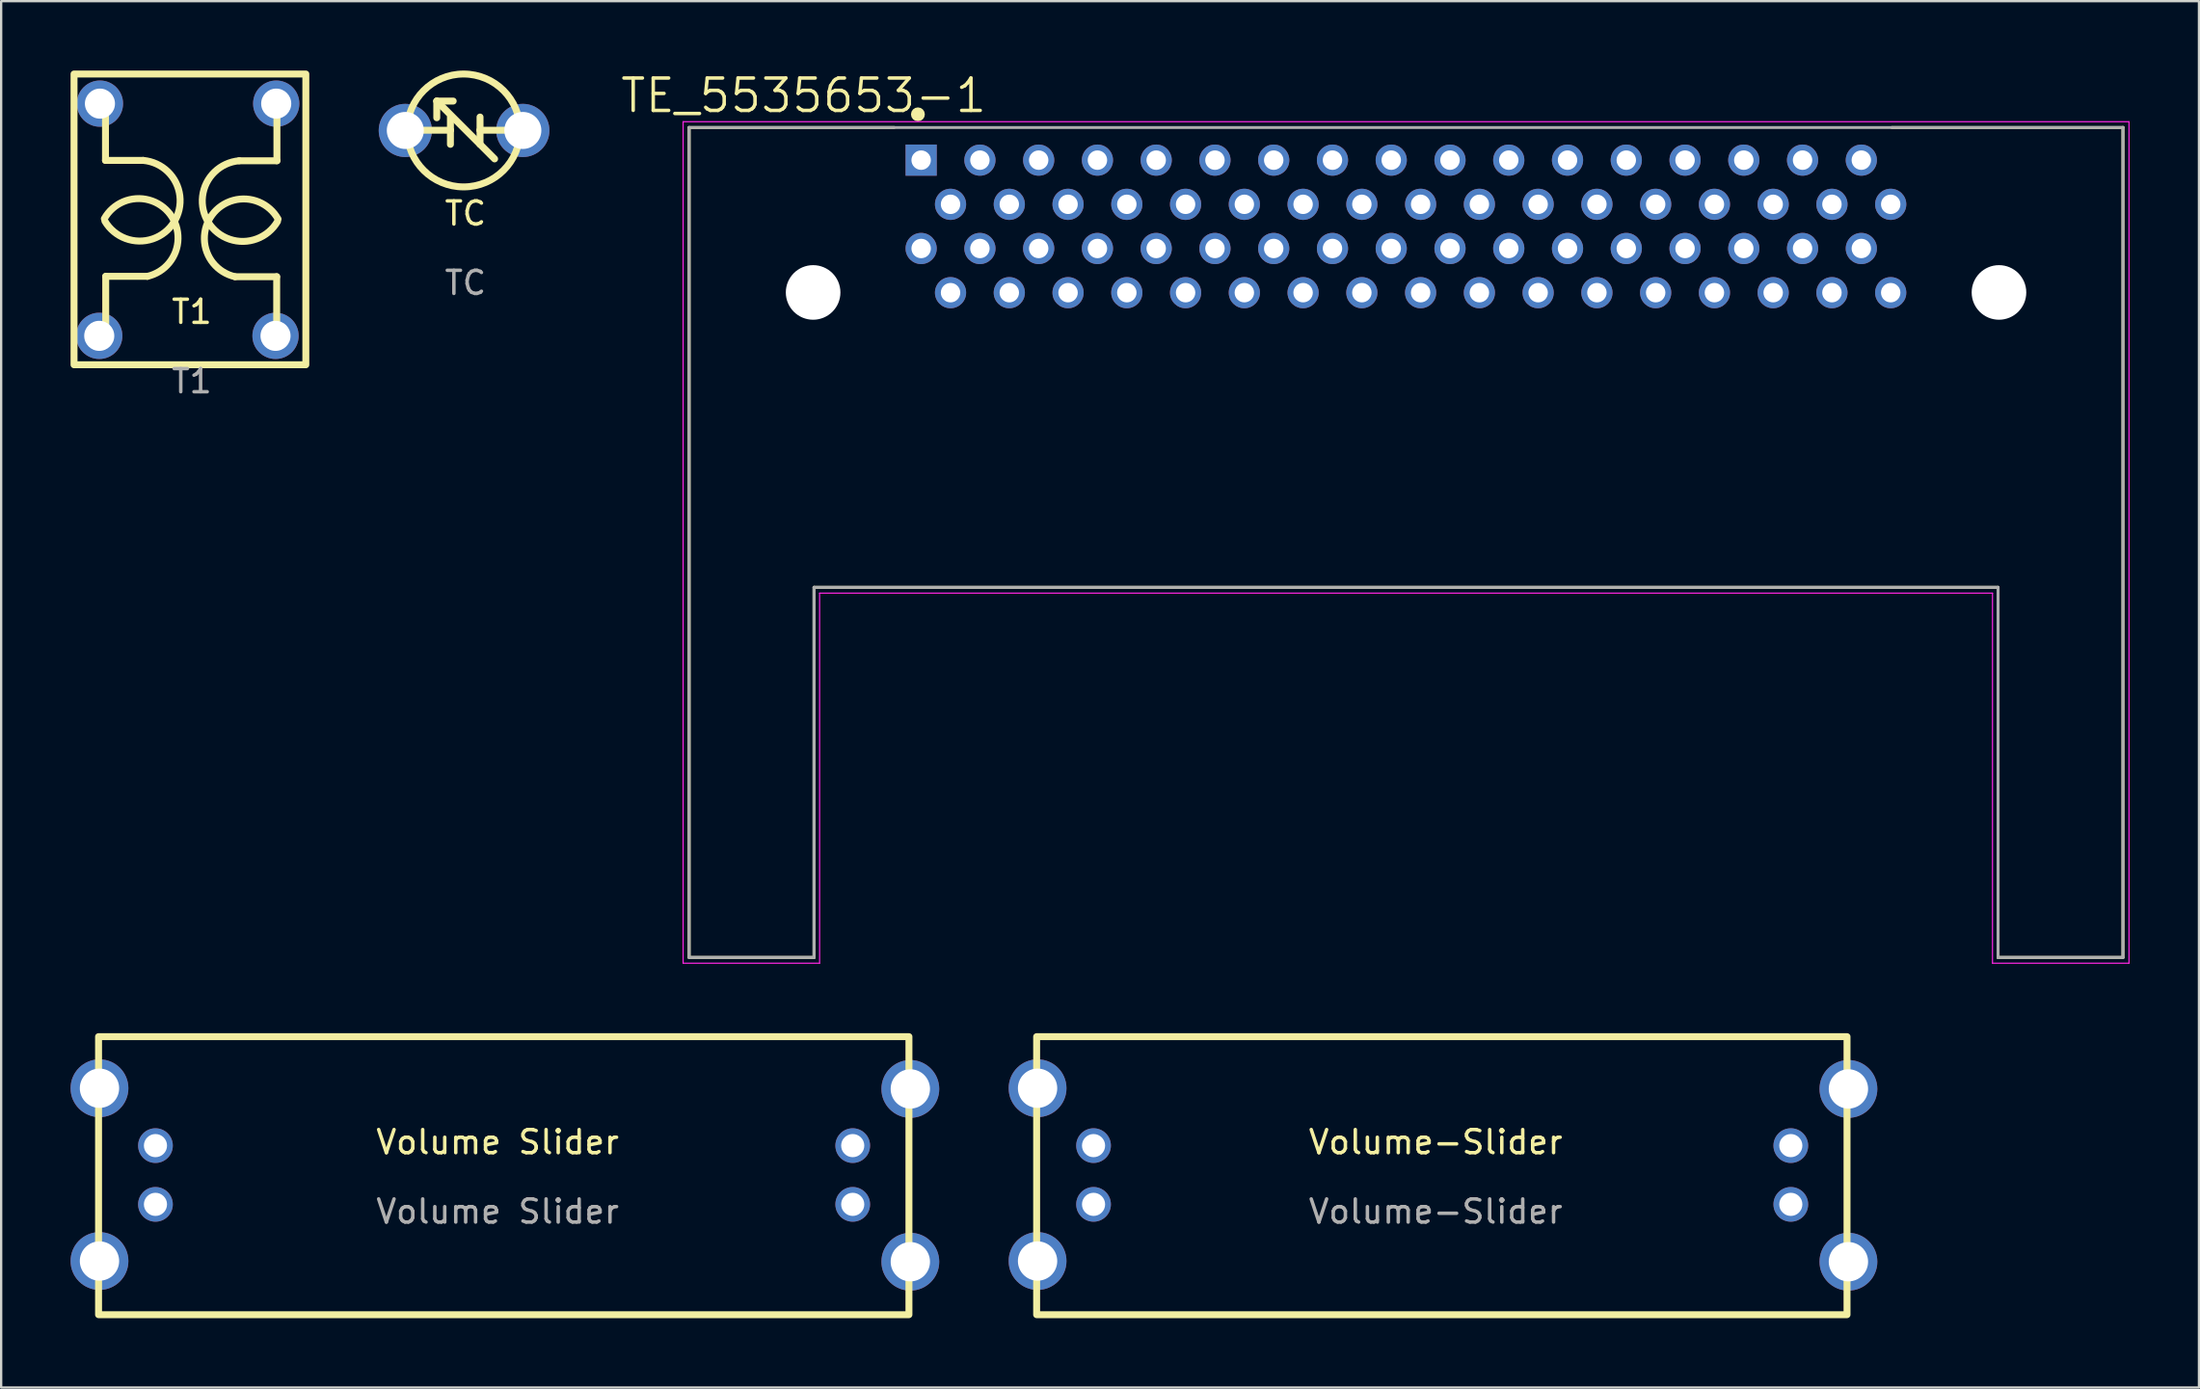
<source format=kicad_pcb>
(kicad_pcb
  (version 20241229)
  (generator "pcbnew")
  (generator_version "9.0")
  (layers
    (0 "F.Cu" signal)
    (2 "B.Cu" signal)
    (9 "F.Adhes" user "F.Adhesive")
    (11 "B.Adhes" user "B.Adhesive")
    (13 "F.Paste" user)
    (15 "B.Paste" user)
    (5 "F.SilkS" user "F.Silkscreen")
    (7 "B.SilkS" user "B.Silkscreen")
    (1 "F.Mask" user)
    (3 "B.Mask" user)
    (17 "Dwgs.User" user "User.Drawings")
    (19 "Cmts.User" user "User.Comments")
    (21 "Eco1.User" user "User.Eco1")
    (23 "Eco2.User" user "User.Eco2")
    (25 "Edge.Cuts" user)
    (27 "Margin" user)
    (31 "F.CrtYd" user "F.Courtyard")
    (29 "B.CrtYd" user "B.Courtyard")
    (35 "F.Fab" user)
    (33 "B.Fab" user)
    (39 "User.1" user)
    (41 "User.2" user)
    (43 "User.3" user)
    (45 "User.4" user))
  (footprint "T1"
    (layer "F.Cu")
    (at 5.24 10.93)
    (property "Reference" "T1" (at 0 -0.5 0) (unlocked yes) (layer "F.SilkS") (effects (font (size 1 1) (thickness 0.15))))
    (attr through_hole)
    (fp_line (start -3.73 -7.045) (end -3.73 -9.435) (stroke (width 0.3) (type default)) (layer "F.SilkS"))
    (fp_line (start -3.72 -2.033) (end -3.72 0.475) (stroke (width 0.3) (type default)) (layer "F.SilkS"))
    (fp_line (start -2.1 -7.045) (end -3.73 -7.045) (stroke (width 0.3) (type default)) (layer "F.SilkS"))
    (fp_line (start -1.919 -2.033) (end -3.72 -2.033) (stroke (width 0.3) (type default)) (layer "F.SilkS"))
    (fp_line (start 1.869 -2.018) (end 3.67 -2.018) (stroke (width 0.3) (type default)) (layer "F.SilkS"))
    (fp_line (start 2.05 -7.03) (end 3.68 -7.03) (stroke (width 0.3) (type default)) (layer "F.SilkS"))
    (fp_line (start 3.67 -2.018) (end 3.67 0.49) (stroke (width 0.3) (type default)) (layer "F.SilkS"))
    (fp_line (start 3.68 -7.03) (end 3.68 -9.42) (stroke (width 0.3) (type default)) (layer "F.SilkS"))
    (fp_rect (start -5.09 -10.78) (end 4.93 1.79) (stroke (width 0.3) (type default)) (fill no) (layer "F.SilkS"))
    (fp_arc (start -3.78 -4.525001) (mid -0.932321 -4.710767) (end -1.918612 -2.032893) (stroke (width 0.3) (type default)) (layer "F.SilkS"))
    (fp_arc (start -2.1 -7.045) (mid -0.772079 -4.37449) (end -3.754214 -4.417624) (stroke (width 0.3) (type default)) (layer "F.SilkS"))
    (fp_arc (start 1.868612 -2.017892) (mid 0.882322 -4.695766) (end 3.73 -4.51) (stroke (width 0.3) (type default)) (layer "F.SilkS"))
    (fp_arc (start 3.704214 -4.402623) (mid 0.722079 -4.359491) (end 2.05 -7.029999) (stroke (width 0.3) (type default)) (layer "F.SilkS"))
    (fp_text user "${REFERENCE}" (at 0 2.5 0) (unlocked yes) (layer "F.Fab") (effects (font (size 1 1) (thickness 0.15))))
    (pad "1" thru_hole circle (at 3.62 0.54) (size 2 2) (drill 1.3) (layers "*.Cu" "*.Mask"))
    (pad "2" thru_hole circle (at -4 0.54) (size 2 2) (drill 1.3) (layers "*.Cu" "*.Mask"))
    (pad "3" thru_hole circle (at 3.65 -9.5) (size 2 2) (drill 1.3) (layers "*.Cu" "*.Mask"))
    (pad "4" thru_hole circle (at -3.97 -9.5) (size 2 2) (drill 1.3) (layers "*.Cu" "*.Mask")))
  (footprint "TC"
    (layer "F.Cu")
    (at 17.07 6.68)
    (property "Reference" "TC" (at 0 -0.5 0) (unlocked yes) (layer "F.SilkS") (effects (font (size 1 1) (thickness 0.15))))
    (attr through_hole)
    (fp_line (start -2.19 -4.1) (end -0.65 -4.1) (stroke (width 0.3) (type solid)) (layer "F.SilkS"))
    (fp_line (start -1.24 -5.36) (end -1.24 -4.64) (stroke (width 0.3) (type solid)) (layer "F.SilkS"))
    (fp_line (start -1.24 -5.36) (end -0.53 -5.36) (stroke (width 0.3) (type solid)) (layer "F.SilkS"))
    (fp_line (start -0.65 -4.1) (end -0.65 -4.67) (stroke (width 0.3) (type solid)) (layer "F.SilkS"))
    (fp_line (start -0.65 -4.1) (end -0.65 -3.49) (stroke (width 0.3) (type solid)) (layer "F.SilkS"))
    (fp_line (start 0.63 -4.1) (end 0.63 -4.67) (stroke (width 0.3) (type solid)) (layer "F.SilkS"))
    (fp_line (start 0.63 -4.1) (end 0.63 -3.49) (stroke (width 0.3) (type solid)) (layer "F.SilkS"))
    (fp_line (start 1.26 -2.86) (end -1.24 -5.36) (stroke (width 0.3) (type solid)) (layer "F.SilkS"))
    (fp_line (start 2.17 -4.1) (end 0.63 -4.1) (stroke (width 0.3) (type solid)) (layer "F.SilkS"))
    (fp_circle (center -0.08 -4.09) (end 2.36 -4.09) (stroke (width 0.3) (type solid)) (fill no) (layer "F.SilkS"))
    (fp_text user "${REFERENCE}" (at 0 2.5 0) (unlocked yes) (layer "F.Fab") (effects (font (size 1 1) (thickness 0.15))))
    (pad "1" thru_hole circle (at 2.48 -4.09) (size 2.3 2.3) (drill 1.6) (layers "*.Cu" "*.Mask"))
    (pad "2" thru_hole circle (at -2.6 -4.09) (size 2.3 2.3) (drill 1.6) (layers "*.Cu" "*.Mask")))
  (footprint "Volume Slider"
    (layer "F.Cu")
    (at 18.46 46.828)
    (property "Reference" "Volume Slider" (at 0 -0.5 0) (unlocked yes) (layer "F.SilkS") (effects (font (size 1 1) (thickness 0.15))))
    (attr through_hole)
    (fp_rect (start -17.25 -5.06) (end 17.78 6.96) (stroke (width 0.3) (type default)) (fill no) (layer "F.SilkS"))
    (fp_text user "${REFERENCE}" (at 0 2.5 0) (unlocked yes) (layer "F.Fab") (effects (font (size 1 1) (thickness 0.15))))
    (pad "1" thru_hole circle (at 15.35 -0.35) (size 1.5 1.5) (drill 1) (layers "*.Cu" "*.Mask"))
    (pad "2" thru_hole circle (at -14.79 -0.35) (size 1.5 1.5) (drill 1) (layers "*.Cu" "*.Mask"))
    (pad "3" thru_hole circle (at 17.84 -2.8) (size 2.5 2.5) (drill 1.7) (layers "*.Cu" "*.Mask"))
    (pad "3" thru_hole circle (at 17.84 4.67) (size 2.5 2.5) (drill 1.7) (layers "*.Cu" "*.Mask"))
    (pad "4" thru_hole circle (at -17.21 -2.83) (size 2.5 2.5) (drill 1.7) (layers "*.Cu" "*.Mask"))
    (pad "4" thru_hole circle (at -17.21 4.64) (size 2.5 2.5) (drill 1.7) (layers "*.Cu" "*.Mask"))
    (pad "5" thru_hole circle (at -14.79 2.19) (size 1.5 1.5) (drill 1) (layers "*.Cu" "*.Mask"))
    (pad "6" thru_hole circle (at 15.35 2.19) (size 1.5 1.5) (drill 1) (layers "*.Cu" "*.Mask")))
  (footprint "TE_5535653-1"
    (layer "F.Cu")
    (at 57.728 9.593)
    (property "Reference" "TE_5535653-1" (at -26.041 -8.511 0) (layer "F.SilkS") (effects (font (size 1.4 1.4) (thickness 0.15))))
    (attr through_hole)
    (fp_line (start -30.99 -7.13) (end -22.127 -7.13) (stroke (width 0.127) (type solid)) (layer "F.SilkS"))
    (fp_line (start -30.99 28.75) (end -30.99 -7.13) (stroke (width 0.127) (type solid)) (layer "F.SilkS"))
    (fp_line (start -25.59 12.75) (end -25.59 28.75) (stroke (width 0.127) (type solid)) (layer "F.SilkS"))
    (fp_line (start -25.59 28.75) (end -30.99 28.75) (stroke (width 0.127) (type solid)) (layer "F.SilkS"))
    (fp_line (start 21 -7.13) (end 30.99 -7.13) (stroke (width 0.127) (type solid)) (layer "F.SilkS"))
    (fp_line (start 25.59 12.75) (end -25.59 12.75) (stroke (width 0.127) (type solid)) (layer "F.SilkS"))
    (fp_line (start 25.59 28.75) (end 25.59 12.75) (stroke (width 0.127) (type solid)) (layer "F.SilkS"))
    (fp_line (start 30.99 -7.13) (end 30.99 28.75) (stroke (width 0.127) (type solid)) (layer "F.SilkS"))
    (fp_line (start 30.99 28.75) (end 25.59 28.75) (stroke (width 0.127) (type solid)) (layer "F.SilkS"))
    (fp_circle (center -21.1 -7.7) (end -20.95 -7.7) (stroke (width 0.3) (type solid)) (fill no) (layer "F.SilkS"))
    (fp_line (start -31.25 -7.38) (end 31.25 -7.38) (stroke (width 0.05) (type solid)) (layer "F.CrtYd"))
    (fp_line (start -31.25 29) (end -31.25 -7.38) (stroke (width 0.05) (type solid)) (layer "F.CrtYd"))
    (fp_line (start -25.35 13) (end -25.35 29) (stroke (width 0.05) (type solid)) (layer "F.CrtYd"))
    (fp_line (start -25.35 29) (end -31.25 29) (stroke (width 0.05) (type solid)) (layer "F.CrtYd"))
    (fp_line (start 25.35 13) (end -25.35 13) (stroke (width 0.05) (type solid)) (layer "F.CrtYd"))
    (fp_line (start 25.35 29) (end 25.35 13) (stroke (width 0.05) (type solid)) (layer "F.CrtYd"))
    (fp_line (start 31.25 -7.38) (end 31.25 29) (stroke (width 0.05) (type solid)) (layer "F.CrtYd"))
    (fp_line (start 31.25 29) (end 25.35 29) (stroke (width 0.05) (type solid)) (layer "F.CrtYd"))
    (fp_line (start -30.99 -7.13) (end 30.99 -7.13) (stroke (width 0.127) (type solid)) (layer "F.Fab"))
    (fp_line (start -30.99 28.75) (end -30.99 -7.13) (stroke (width 0.127) (type solid)) (layer "F.Fab"))
    (fp_line (start -25.59 12.75) (end -25.59 28.75) (stroke (width 0.127) (type solid)) (layer "F.Fab"))
    (fp_line (start -25.59 28.75) (end -30.99 28.75) (stroke (width 0.127) (type solid)) (layer "F.Fab"))
    (fp_line (start 25.59 12.75) (end -25.59 12.75) (stroke (width 0.127) (type solid)) (layer "F.Fab"))
    (fp_line (start 25.59 28.75) (end 25.59 12.75) (stroke (width 0.127) (type solid)) (layer "F.Fab"))
    (fp_line (start 30.99 -7.13) (end 30.99 28.75) (stroke (width 0.127) (type solid)) (layer "F.Fab"))
    (fp_line (start 30.99 28.75) (end 25.59 28.75) (stroke (width 0.127) (type solid)) (layer "F.Fab"))
    (pad "" np_thru_hole circle (at -25.63 0) (size 2.36 2.36) (drill 2.36) (layers "*.Cu" "*.Mask"))
    (pad "" np_thru_hole circle (at 25.63 0) (size 2.36 2.36) (drill 2.36) (layers "*.Cu" "*.Mask"))
    (pad "1" thru_hole rect (at -20.96 -5.72) (size 1.348 1.348) (drill 0.84) (layers "*.Cu" "*.Mask"))
    (pad "2" thru_hole circle (at -19.69 -3.81) (size 1.348 1.348) (drill 0.84) (layers "*.Cu" "*.Mask"))
    (pad "3" thru_hole circle (at -18.42 -5.72) (size 1.348 1.348) (drill 0.84) (layers "*.Cu" "*.Mask"))
    (pad "4" thru_hole circle (at -17.15 -3.81) (size 1.348 1.348) (drill 0.84) (layers "*.Cu" "*.Mask"))
    (pad "5" thru_hole circle (at -15.88 -5.72) (size 1.348 1.348) (drill 0.84) (layers "*.Cu" "*.Mask"))
    (pad "6" thru_hole circle (at -14.61 -3.81) (size 1.348 1.348) (drill 0.84) (layers "*.Cu" "*.Mask"))
    (pad "7" thru_hole circle (at -13.34 -5.72) (size 1.348 1.348) (drill 0.84) (layers "*.Cu" "*.Mask"))
    (pad "8" thru_hole circle (at -12.07 -3.81) (size 1.348 1.348) (drill 0.84) (layers "*.Cu" "*.Mask"))
    (pad "9" thru_hole circle (at -10.8 -5.72) (size 1.348 1.348) (drill 0.84) (layers "*.Cu" "*.Mask"))
    (pad "10" thru_hole circle (at -9.53 -3.81) (size 1.348 1.348) (drill 0.84) (layers "*.Cu" "*.Mask"))
    (pad "11" thru_hole circle (at -8.26 -5.72) (size 1.348 1.348) (drill 0.84) (layers "*.Cu" "*.Mask"))
    (pad "12" thru_hole circle (at -6.99 -3.81) (size 1.348 1.348) (drill 0.84) (layers "*.Cu" "*.Mask"))
    (pad "13" thru_hole circle (at -5.72 -5.72) (size 1.348 1.348) (drill 0.84) (layers "*.Cu" "*.Mask"))
    (pad "14" thru_hole circle (at -4.45 -3.81) (size 1.348 1.348) (drill 0.84) (layers "*.Cu" "*.Mask"))
    (pad "15" thru_hole circle (at -3.18 -5.72) (size 1.348 1.348) (drill 0.84) (layers "*.Cu" "*.Mask"))
    (pad "16" thru_hole circle (at -1.91 -3.81) (size 1.348 1.348) (drill 0.84) (layers "*.Cu" "*.Mask"))
    (pad "17" thru_hole circle (at -0.64 -5.72) (size 1.348 1.348) (drill 0.84) (layers "*.Cu" "*.Mask"))
    (pad "18" thru_hole circle (at 0.63 -3.81) (size 1.348 1.348) (drill 0.84) (layers "*.Cu" "*.Mask"))
    (pad "19" thru_hole circle (at 1.9 -5.72) (size 1.348 1.348) (drill 0.84) (layers "*.Cu" "*.Mask"))
    (pad "20" thru_hole circle (at 3.17 -3.81) (size 1.348 1.348) (drill 0.84) (layers "*.Cu" "*.Mask"))
    (pad "21" thru_hole circle (at 4.44 -5.72) (size 1.348 1.348) (drill 0.84) (layers "*.Cu" "*.Mask"))
    (pad "22" thru_hole circle (at 5.71 -3.81) (size 1.348 1.348) (drill 0.84) (layers "*.Cu" "*.Mask"))
    (pad "23" thru_hole circle (at 6.98 -5.72) (size 1.348 1.348) (drill 0.84) (layers "*.Cu" "*.Mask"))
    (pad "24" thru_hole circle (at 8.25 -3.81) (size 1.348 1.348) (drill 0.84) (layers "*.Cu" "*.Mask"))
    (pad "25" thru_hole circle (at 9.52 -5.72) (size 1.348 1.348) (drill 0.84) (layers "*.Cu" "*.Mask"))
    (pad "26" thru_hole circle (at 10.79 -3.81) (size 1.348 1.348) (drill 0.84) (layers "*.Cu" "*.Mask"))
    (pad "27" thru_hole circle (at 12.06 -5.72) (size 1.348 1.348) (drill 0.84) (layers "*.Cu" "*.Mask"))
    (pad "28" thru_hole circle (at 13.33 -3.81) (size 1.348 1.348) (drill 0.84) (layers "*.Cu" "*.Mask"))
    (pad "29" thru_hole circle (at 14.6 -5.72) (size 1.348 1.348) (drill 0.84) (layers "*.Cu" "*.Mask"))
    (pad "30" thru_hole circle (at 15.87 -3.81) (size 1.348 1.348) (drill 0.84) (layers "*.Cu" "*.Mask"))
    (pad "31" thru_hole circle (at 17.14 -5.72) (size 1.348 1.348) (drill 0.84) (layers "*.Cu" "*.Mask"))
    (pad "32" thru_hole circle (at 18.41 -3.81) (size 1.348 1.348) (drill 0.84) (layers "*.Cu" "*.Mask"))
    (pad "33" thru_hole circle (at 19.68 -5.72) (size 1.348 1.348) (drill 0.84) (layers "*.Cu" "*.Mask"))
    (pad "34" thru_hole circle (at 20.95 -3.81) (size 1.348 1.348) (drill 0.84) (layers "*.Cu" "*.Mask"))
    (pad "35" thru_hole circle (at -20.96 -1.9) (size 1.348 1.348) (drill 0.84) (layers "*.Cu" "*.Mask"))
    (pad "36" thru_hole circle (at -19.69 0.01) (size 1.348 1.348) (drill 0.84) (layers "*.Cu" "*.Mask"))
    (pad "37" thru_hole circle (at -18.42 -1.9) (size 1.348 1.348) (drill 0.84) (layers "*.Cu" "*.Mask"))
    (pad "38" thru_hole circle (at -17.15 0.01) (size 1.348 1.348) (drill 0.84) (layers "*.Cu" "*.Mask"))
    (pad "39" thru_hole circle (at -15.88 -1.9) (size 1.348 1.348) (drill 0.84) (layers "*.Cu" "*.Mask"))
    (pad "40" thru_hole circle (at -14.61 0.01) (size 1.348 1.348) (drill 0.84) (layers "*.Cu" "*.Mask"))
    (pad "41" thru_hole circle (at -13.34 -1.9) (size 1.348 1.348) (drill 0.84) (layers "*.Cu" "*.Mask"))
    (pad "42" thru_hole circle (at -12.07 0.01) (size 1.348 1.348) (drill 0.84) (layers "*.Cu" "*.Mask"))
    (pad "43" thru_hole circle (at -10.8 -1.9) (size 1.348 1.348) (drill 0.84) (layers "*.Cu" "*.Mask"))
    (pad "44" thru_hole circle (at -9.53 0.01) (size 1.348 1.348) (drill 0.84) (layers "*.Cu" "*.Mask"))
    (pad "45" thru_hole circle (at -8.26 -1.9) (size 1.348 1.348) (drill 0.84) (layers "*.Cu" "*.Mask"))
    (pad "46" thru_hole circle (at -6.99 0.01) (size 1.348 1.348) (drill 0.84) (layers "*.Cu" "*.Mask"))
    (pad "47" thru_hole circle (at -5.72 -1.9) (size 1.348 1.348) (drill 0.84) (layers "*.Cu" "*.Mask"))
    (pad "48" thru_hole circle (at -4.45 0.01) (size 1.348 1.348) (drill 0.84) (layers "*.Cu" "*.Mask"))
    (pad "49" thru_hole circle (at -3.18 -1.9) (size 1.348 1.348) (drill 0.84) (layers "*.Cu" "*.Mask"))
    (pad "50" thru_hole circle (at -1.91 0.01) (size 1.348 1.348) (drill 0.84) (layers "*.Cu" "*.Mask"))
    (pad "51" thru_hole circle (at -0.64 -1.9) (size 1.348 1.348) (drill 0.84) (layers "*.Cu" "*.Mask"))
    (pad "52" thru_hole circle (at 0.63 0.01) (size 1.348 1.348) (drill 0.84) (layers "*.Cu" "*.Mask"))
    (pad "53" thru_hole circle (at 1.9 -1.9) (size 1.348 1.348) (drill 0.84) (layers "*.Cu" "*.Mask"))
    (pad "54" thru_hole circle (at 3.17 0.01) (size 1.348 1.348) (drill 0.84) (layers "*.Cu" "*.Mask"))
    (pad "55" thru_hole circle (at 4.44 -1.9) (size 1.348 1.348) (drill 0.84) (layers "*.Cu" "*.Mask"))
    (pad "56" thru_hole circle (at 5.71 0.01) (size 1.348 1.348) (drill 0.84) (layers "*.Cu" "*.Mask"))
    (pad "57" thru_hole circle (at 6.98 -1.9) (size 1.348 1.348) (drill 0.84) (layers "*.Cu" "*.Mask"))
    (pad "58" thru_hole circle (at 8.25 0.01) (size 1.348 1.348) (drill 0.84) (layers "*.Cu" "*.Mask"))
    (pad "59" thru_hole circle (at 9.52 -1.9) (size 1.348 1.348) (drill 0.84) (layers "*.Cu" "*.Mask"))
    (pad "60" thru_hole circle (at 10.79 0.01) (size 1.348 1.348) (drill 0.84) (layers "*.Cu" "*.Mask"))
    (pad "61" thru_hole circle (at 12.06 -1.9) (size 1.348 1.348) (drill 0.84) (layers "*.Cu" "*.Mask"))
    (pad "62" thru_hole circle (at 13.33 0.01) (size 1.348 1.348) (drill 0.84) (layers "*.Cu" "*.Mask"))
    (pad "63" thru_hole circle (at 14.6 -1.9) (size 1.348 1.348) (drill 0.84) (layers "*.Cu" "*.Mask"))
    (pad "64" thru_hole circle (at 15.87 0.01) (size 1.348 1.348) (drill 0.84) (layers "*.Cu" "*.Mask"))
    (pad "65" thru_hole circle (at 17.14 -1.9) (size 1.348 1.348) (drill 0.84) (layers "*.Cu" "*.Mask"))
    (pad "66" thru_hole circle (at 18.41 0.01) (size 1.348 1.348) (drill 0.84) (layers "*.Cu" "*.Mask"))
    (pad "67" thru_hole circle (at 19.68 -1.9) (size 1.348 1.348) (drill 0.84) (layers "*.Cu" "*.Mask"))
    (pad "68" thru_hole circle (at 20.95 0.01) (size 1.348 1.348) (drill 0.84) (layers "*.Cu" "*.Mask")))
  (footprint "Volume-Slider"
    (layer "F.Cu")
    (at 59.01 46.828)
    (property "Reference" "Volume-Slider" (at 0 -0.5 0) (unlocked yes) (layer "F.SilkS") (effects (font (size 1 1) (thickness 0.15))))
    (attr through_hole)
    (fp_rect (start -17.25 -5.06) (end 17.78 6.96) (stroke (width 0.3) (type default)) (fill no) (layer "F.SilkS"))
    (fp_text user "${REFERENCE}" (at 0 2.5 0) (unlocked yes) (layer "F.Fab") (effects (font (size 1 1) (thickness 0.15))))
    (pad "1" thru_hole circle (at 15.35 -0.35) (size 1.5 1.5) (drill 1) (layers "*.Cu" "*.Mask"))
    (pad "2" thru_hole circle (at -14.79 -0.35) (size 1.5 1.5) (drill 1) (layers "*.Cu" "*.Mask"))
    (pad "3" thru_hole circle (at 17.84 -2.8) (size 2.5 2.5) (drill 1.7) (layers "*.Cu" "*.Mask"))
    (pad "3" thru_hole circle (at 17.84 4.67) (size 2.5 2.5) (drill 1.7) (layers "*.Cu" "*.Mask"))
    (pad "4" thru_hole circle (at -17.21 -2.83) (size 2.5 2.5) (drill 1.7) (layers "*.Cu" "*.Mask"))
    (pad "4" thru_hole circle (at -17.21 4.64) (size 2.5 2.5) (drill 1.7) (layers "*.Cu" "*.Mask"))
    (pad "5" thru_hole circle (at -14.79 2.19) (size 1.5 1.5) (drill 1) (layers "*.Cu" "*.Mask"))
    (pad "6" thru_hole circle (at 15.35 2.19) (size 1.5 1.5) (drill 1) (layers "*.Cu" "*.Mask")))
  (gr_rect
    (start -3 -3)
    (end 92.003 56.938)
    (stroke (width 0.1) (type default))
    (fill no)
    (layer "Edge.Cuts")))
</source>
